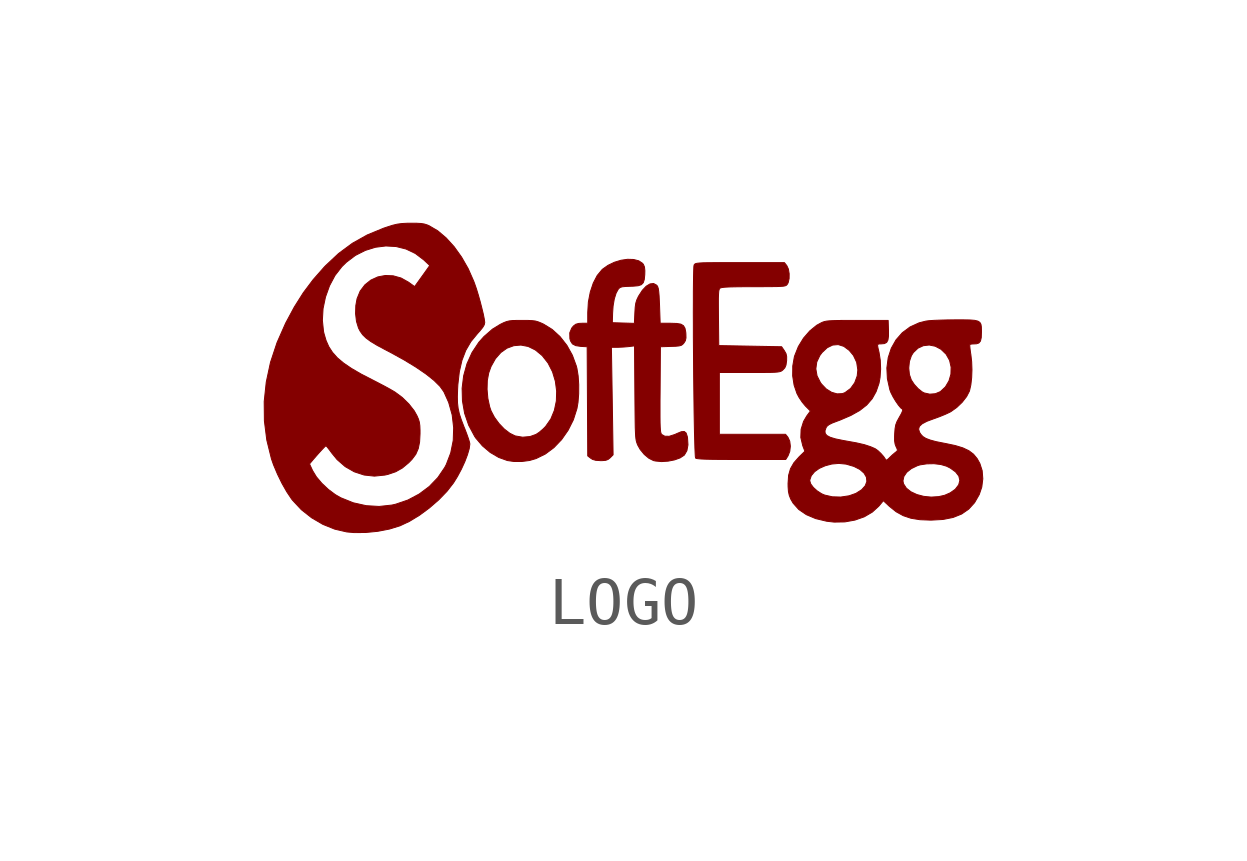
<source format=kicad_sym>
(kicad_symbol_lib
  (version 20220914)
  (generator "bitmap2component")
  (generator_version "9.0")
  (symbol "LOGO"
    (pin_names
      (offset 1.016))
    (property "Reference" "#G"
      (at 0 2.609 0)
      (effects (font (size 1.27 1.27)) hide))
    (symbol "LOGO_0_0"
      (polyline (pts (xy -5.381 -3.215) (xy -5.127 -3.19) (xy -4.883 -3.143) (xy -4.665 -3.076) (xy -4.467 -2.983) (xy -4.258 -2.856) (xy -4.051 -2.703) (xy -3.856 -2.534) (xy -3.685 -2.357) (xy -3.549 -2.182) (xy -3.466 -2.048) (xy -3.384 -1.895) (xy -3.313 -1.74) (xy -3.258 -1.595) (xy -3.221 -1.468) (xy -3.208 -1.37) (xy -3.215 -1.333) (xy -3.237 -1.26) (xy -3.271 -1.164) (xy -3.312 -1.056) (xy -3.328 -1.018) (xy -3.386 -0.866) (xy -3.427 -0.741) (xy -3.452 -0.628) (xy -3.465 -0.514) (xy -3.468 -0.385) (xy -3.463 -0.228) (xy -3.458 -0.136) (xy -3.427 0.135) (xy -3.373 0.371) (xy -3.294 0.578) (xy -3.187 0.762) (xy -3.05 0.929) (xy -3.002 0.982) (xy -2.941 1.057) (xy -2.908 1.113) (xy -2.898 1.16) (xy -2.898 1.166) (xy -2.907 1.233) (xy -2.927 1.334) (xy -2.957 1.458) (xy -2.992 1.595) (xy -3.031 1.733) (xy -3.071 1.864) (xy -3.11 1.976) (xy -3.128 2.024) (xy -3.243 2.284) (xy -3.381 2.525) (xy -3.535 2.74) (xy -3.702 2.924) (xy -3.877 3.072) (xy -4.056 3.177) (xy -4.095 3.194) (xy -4.155 3.213) (xy -4.223 3.224) (xy -4.312 3.229) (xy -4.436 3.23) (xy -4.517 3.229) (xy -4.628 3.223) (xy -4.722 3.21) (xy -4.818 3.187) (xy -4.937 3.149) (xy -5.005 3.126) (xy -5.345 2.986) (xy -5.655 2.812) (xy -5.942 2.6) (xy -6.213 2.346) (xy -6.242 2.316) (xy -6.473 2.054) (xy -6.678 1.781) (xy -6.865 1.485) (xy -7.043 1.154) (xy -7.045 1.151) (xy -7.226 0.741) (xy -7.362 0.33) (xy -7.45 -0.08) (xy -7.493 -0.487) (xy -7.489 -0.89) (xy -7.439 -1.288) (xy -7.342 -1.68) (xy -7.305 -1.786) (xy -6.549 -1.786) (xy -6.485 -1.71) (xy -6.478 -1.701) (xy -6.404 -1.616) (xy -6.333 -1.536) (xy -6.272 -1.47) (xy -6.227 -1.424) (xy -6.205 -1.407) (xy -6.203 -1.409) (xy -6.178 -1.436) (xy -6.135 -1.491) (xy -6.081 -1.564) (xy -5.974 -1.695) (xy -5.805 -1.842) (xy -5.616 -1.95) (xy -5.411 -2.017) (xy -5.197 -2.04) (xy -4.978 -2.018) (xy -4.912 -2.003) (xy -4.753 -1.949) (xy -4.616 -1.872) (xy -4.482 -1.761) (xy -4.414 -1.691) (xy -4.334 -1.584) (xy -4.283 -1.467) (xy -4.255 -1.328) (xy -4.246 -1.157) (xy -4.246 -1.085) (xy -4.25 -0.989) (xy -4.26 -0.916) (xy -4.279 -0.852) (xy -4.31 -0.781) (xy -4.368 -0.678) (xy -4.48 -0.535) (xy -4.617 -0.401) (xy -4.769 -0.288) (xy -4.785 -0.279) (xy -4.87 -0.229) (xy -4.983 -0.167) (xy -5.109 -0.101) (xy -5.237 -0.035) (xy -5.476 0.088) (xy -5.675 0.204) (xy -5.838 0.315) (xy -5.968 0.424) (xy -6.069 0.537) (xy -6.147 0.657) (xy -6.205 0.788) (xy -6.248 0.935) (xy -6.257 0.974) (xy -6.281 1.206) (xy -6.267 1.449) (xy -6.216 1.693) (xy -6.132 1.927) (xy -6.018 2.141) (xy -5.875 2.325) (xy -5.782 2.416) (xy -5.593 2.559) (xy -5.388 2.663) (xy -5.175 2.729) (xy -4.958 2.756) (xy -4.744 2.744) (xy -4.537 2.692) (xy -4.343 2.599) (xy -4.168 2.466) (xy -4.043 2.349) (xy -4.2 2.129) (xy -4.358 1.909) (xy -4.487 2.002) (xy -4.641 2.088) (xy -4.805 2.134) (xy -4.968 2.141) (xy -5.126 2.111) (xy -5.27 2.045) (xy -5.394 1.946) (xy -5.493 1.816) (xy -5.558 1.657) (xy -5.584 1.513) (xy -5.589 1.346) (xy -5.57 1.184) (xy -5.528 1.047) (xy -5.494 0.981) (xy -5.441 0.906) (xy -5.369 0.836) (xy -5.272 0.765) (xy -5.143 0.687) (xy -4.977 0.598) (xy -4.866 0.54) (xy -4.579 0.382) (xy -4.331 0.231) (xy -4.122 0.088) (xy -3.954 -0.046) (xy -3.829 -0.17) (xy -3.749 -0.282) (xy -3.649 -0.504) (xy -3.576 -0.764) (xy -3.545 -1.031) (xy -3.554 -1.297) (xy -3.606 -1.556) (xy -3.699 -1.799) (xy -3.731 -1.86) (xy -3.874 -2.07) (xy -4.053 -2.256) (xy -4.263 -2.413) (xy -4.498 -2.538) (xy -4.753 -2.625) (xy -4.832 -2.643) (xy -5.098 -2.672) (xy -5.368 -2.656) (xy -5.637 -2.596) (xy -5.898 -2.491) (xy -6.011 -2.426) (xy -6.157 -2.317) (xy -6.293 -2.189) (xy -6.406 -2.055) (xy -6.485 -1.925) (xy -6.549 -1.786) (xy -7.305 -1.786) (xy -7.295 -1.813) (xy -7.215 -2.002) (xy -7.122 -2.192) (xy -7.022 -2.368) (xy -6.925 -2.513) (xy -6.901 -2.544) (xy -6.718 -2.74) (xy -6.505 -2.908) (xy -6.271 -3.045) (xy -6.023 -3.145) (xy -5.772 -3.203) (xy -5.625 -3.216) (xy -5.381 -3.215)) (stroke (width 0.01) (type default)) (fill (type outline)))
      (polyline (pts (xy 4.606 -2.994) (xy 4.817 -2.956) (xy 5.011 -2.888) (xy 5.178 -2.79) (xy 5.313 -2.667) (xy 5.409 -2.552) (xy 5.519 -2.655) (xy 5.535 -2.67) (xy 5.676 -2.783) (xy 5.823 -2.864) (xy 5.984 -2.918) (xy 6.171 -2.948) (xy 6.392 -2.957) (xy 6.406 -2.957) (xy 6.653 -2.943) (xy 6.863 -2.901) (xy 7.04 -2.83) (xy 7.187 -2.728) (xy 7.309 -2.594) (xy 7.407 -2.424) (xy 7.46 -2.268) (xy 7.481 -2.096) (xy 7.468 -1.927) (xy 7.42 -1.777) (xy 7.363 -1.675) (xy 7.287 -1.583) (xy 7.19 -1.51) (xy 7.065 -1.451) (xy 6.907 -1.403) (xy 6.708 -1.361) (xy 6.666 -1.353) (xy 6.505 -1.321) (xy 6.384 -1.288) (xy 6.295 -1.254) (xy 6.232 -1.215) (xy 6.189 -1.168) (xy 6.163 -1.127) (xy 6.143 -1.061) (xy 6.16 -1.003) (xy 6.217 -0.95) (xy 6.315 -0.898) (xy 6.458 -0.845) (xy 6.471 -0.841) (xy 6.585 -0.799) (xy 6.7 -0.752) (xy 6.792 -0.709) (xy 6.816 -0.696) (xy 6.938 -0.609) (xy 7.051 -0.501) (xy 7.143 -0.383) (xy 7.202 -0.269) (xy 7.205 -0.258) (xy 7.232 -0.138) (xy 7.249 0.012) (xy 7.255 0.177) (xy 7.249 0.343) (xy 7.232 0.495) (xy 7.226 0.528) (xy 7.215 0.614) (xy 7.209 0.676) (xy 7.211 0.704) (xy 7.214 0.706) (xy 7.252 0.713) (xy 7.313 0.716) (xy 7.346 0.717) (xy 7.399 0.734) (xy 7.432 0.774) (xy 7.449 0.847) (xy 7.453 0.959) (xy 7.453 0.996) (xy 7.451 1.07) (xy 7.442 1.125) (xy 7.419 1.164) (xy 7.378 1.19) (xy 7.311 1.206) (xy 7.215 1.214) (xy 7.082 1.216) (xy 6.907 1.216) (xy 6.753 1.215) (xy 6.603 1.211) (xy 6.47 1.206) (xy 6.364 1.199) (xy 6.295 1.19) (xy 6.153 1.154) (xy 5.965 1.068) (xy 5.804 0.948) (xy 5.673 0.799) (xy 5.574 0.624) (xy 5.51 0.428) (xy 5.482 0.215) (xy 5.482 0.212) (xy 5.938 0.212) (xy 5.952 0.35) (xy 5.993 0.47) (xy 6.035 0.536) (xy 6.13 0.626) (xy 6.242 0.678) (xy 6.365 0.692) (xy 6.49 0.667) (xy 6.609 0.604) (xy 6.716 0.501) (xy 6.718 0.498) (xy 6.789 0.372) (xy 6.821 0.231) (xy 6.817 0.084) (xy 6.776 -0.056) (xy 6.702 -0.181) (xy 6.596 -0.28) (xy 6.593 -0.281) (xy 6.492 -0.323) (xy 6.375 -0.332) (xy 6.261 -0.307) (xy 6.217 -0.284) (xy 6.134 -0.218) (xy 6.054 -0.131) (xy 5.991 -0.036) (xy 5.952 0.076) (xy 5.938 0.212) (xy 5.482 0.212) (xy 5.493 -0.01) (xy 5.545 -0.243) (xy 5.567 -0.3) (xy 5.611 -0.387) (xy 5.665 -0.477) (xy 5.721 -0.558) (xy 5.773 -0.62) (xy 5.811 -0.649) (xy 5.813 -0.65) (xy 5.81 -0.679) (xy 5.786 -0.735) (xy 5.745 -0.808) (xy 5.737 -0.822) (xy 5.693 -0.903) (xy 5.667 -0.972) (xy 5.653 -1.05) (xy 5.645 -1.155) (xy 5.643 -1.207) (xy 5.643 -1.304) (xy 5.654 -1.373) (xy 5.675 -1.429) (xy 5.684 -1.445) (xy 5.702 -1.491) (xy 5.695 -1.518) (xy 5.66 -1.546) (xy 5.652 -1.552) (xy 5.595 -1.6) (xy 5.536 -1.657) (xy 5.513 -1.68) (xy 5.475 -1.707) (xy 5.456 -1.697) (xy 5.452 -1.688) (xy 5.415 -1.633) (xy 5.357 -1.567) (xy 5.293 -1.507) (xy 5.237 -1.468) (xy 5.145 -1.428) (xy 5.014 -1.385) (xy 4.849 -1.347) (xy 4.644 -1.31) (xy 4.56 -1.295) (xy 4.41 -1.264) (xy 4.302 -1.231) (xy 4.232 -1.194) (xy 4.197 -1.15) (xy 4.192 -1.097) (xy 4.214 -1.032) (xy 4.234 -1.001) (xy 4.275 -0.968) (xy 4.343 -0.934) (xy 4.448 -0.894) (xy 4.505 -0.873) (xy 4.731 -0.776) (xy 4.915 -0.673) (xy 5.062 -0.558) (xy 5.175 -0.428) (xy 5.258 -0.279) (xy 5.318 -0.106) (xy 5.34 0.015) (xy 5.352 0.191) (xy 5.345 0.373) (xy 5.319 0.537) (xy 5.318 0.542) (xy 5.297 0.63) (xy 5.288 0.682) (xy 5.295 0.707) (xy 5.32 0.715) (xy 5.364 0.716) (xy 5.43 0.722) (xy 5.477 0.746) (xy 5.504 0.795) (xy 5.516 0.877) (xy 5.516 0.998) (xy 5.509 1.204) (xy 4.865 1.204) (xy 4.777 1.204) (xy 4.602 1.204) (xy 4.466 1.203) (xy 4.362 1.2) (xy 4.285 1.196) (xy 4.227 1.19) (xy 4.183 1.181) (xy 4.146 1.169) (xy 4.111 1.153) (xy 4.021 1.104) (xy 3.876 0.986) (xy 3.745 0.835) (xy 3.638 0.66) (xy 3.562 0.47) (xy 3.554 0.444) (xy 3.521 0.253) (xy 3.521 0.195) (xy 4.002 0.195) (xy 4.021 0.338) (xy 4.085 0.473) (xy 4.133 0.537) (xy 4.239 0.636) (xy 4.352 0.691) (xy 4.468 0.701) (xy 4.585 0.664) (xy 4.697 0.581) (xy 4.785 0.476) (xy 4.853 0.332) (xy 4.877 0.172) (xy 4.864 0.047) (xy 4.812 -0.095) (xy 4.726 -0.214) (xy 4.61 -0.3) (xy 4.554 -0.321) (xy 4.445 -0.326) (xy 4.33 -0.293) (xy 4.219 -0.224) (xy 4.121 -0.122) (xy 4.098 -0.091) (xy 4.027 0.05) (xy 4.002 0.195) (xy 3.521 0.195) (xy 3.519 0.051) (xy 3.549 -0.144) (xy 3.608 -0.317) (xy 3.652 -0.4) (xy 3.719 -0.5) (xy 3.785 -0.579) (xy 3.889 -0.683) (xy 3.812 -0.788) (xy 3.746 -0.901) (xy 3.695 -1.064) (xy 3.689 -1.235) (xy 3.729 -1.405) (xy 3.774 -1.522) (xy 3.655 -1.637) (xy 3.546 -1.76) (xy 3.474 -1.885) (xy 3.434 -2.025) (xy 3.427 -2.139) (xy 3.876 -2.139) (xy 3.876 -2.121) (xy 3.907 -2.031) (xy 3.976 -1.948) (xy 4.075 -1.878) (xy 4.198 -1.824) (xy 4.335 -1.788) (xy 4.481 -1.775) (xy 4.625 -1.789) (xy 4.637 -1.791) (xy 4.796 -1.838) (xy 4.92 -1.901) (xy 5.007 -1.978) (xy 5.056 -2.062) (xy 5.064 -2.139) (xy 5.817 -2.139) (xy 5.836 -2.048) (xy 5.895 -1.961) (xy 5.991 -1.884) (xy 6.119 -1.822) (xy 6.175 -1.805) (xy 6.314 -1.784) (xy 6.464 -1.781) (xy 6.607 -1.798) (xy 6.726 -1.833) (xy 6.805 -1.873) (xy 6.914 -1.952) (xy 6.981 -2.038) (xy 7.003 -2.129) (xy 6.979 -2.221) (xy 6.91 -2.311) (xy 6.902 -2.318) (xy 6.803 -2.388) (xy 6.687 -2.439) (xy 6.563 -2.467) (xy 6.406 -2.477) (xy 6.251 -2.462) (xy 6.107 -2.424) (xy 5.983 -2.366) (xy 5.888 -2.291) (xy 5.829 -2.2) (xy 5.817 -2.139) (xy 5.064 -2.139) (xy 5.065 -2.151) (xy 5.032 -2.24) (xy 4.957 -2.324) (xy 4.837 -2.4) (xy 4.695 -2.45) (xy 4.522 -2.476) (xy 4.346 -2.471) (xy 4.186 -2.435) (xy 4.123 -2.408) (xy 4.03 -2.348) (xy 3.951 -2.277) (xy 3.896 -2.204) (xy 3.876 -2.139) (xy 3.427 -2.139) (xy 3.423 -2.194) (xy 3.424 -2.261) (xy 3.431 -2.36) (xy 3.448 -2.439) (xy 3.478 -2.516) (xy 3.529 -2.604) (xy 3.647 -2.736) (xy 3.804 -2.843) (xy 3.998 -2.925) (xy 4.228 -2.98) (xy 4.383 -2.998) (xy 4.606 -2.994)) (stroke (width 0.01) (type default)) (fill (type outline)))
      (polyline (pts (xy -1.963 -1.714) (xy -1.827 -1.674) (xy -1.634 -1.579) (xy -1.456 -1.446) (xy -1.296 -1.279) (xy -1.16 -1.084) (xy -1.051 -0.867) (xy -0.976 -0.632) (xy -0.954 -0.504) (xy -0.94 -0.325) (xy -0.939 -0.135) (xy -0.951 0.048) (xy -0.976 0.203) (xy -0.989 0.254) (xy -1.071 0.478) (xy -1.186 0.685) (xy -1.328 0.866) (xy -1.492 1.016) (xy -1.672 1.127) (xy -1.722 1.15) (xy -1.784 1.175) (xy -1.843 1.192) (xy -1.91 1.2) (xy -1.999 1.204) (xy -2.123 1.204) (xy -2.224 1.204) (xy -2.318 1.202) (xy -2.387 1.194) (xy -2.444 1.18) (xy -2.503 1.157) (xy -2.576 1.121) (xy -2.736 1.023) (xy -2.912 0.87) (xy -3.02 0.749) (xy -3.162 0.535) (xy -3.268 0.3) (xy -3.337 0.05) (xy -3.369 -0.21) (xy -3.368 -0.231) (xy -2.849 -0.231) (xy -2.844 -0.049) (xy -2.815 0.109) (xy -2.767 0.243) (xy -2.675 0.407) (xy -2.563 0.535) (xy -2.434 0.626) (xy -2.292 0.678) (xy -2.144 0.691) (xy -1.992 0.662) (xy -1.843 0.589) (xy -1.701 0.472) (xy -1.578 0.316) (xy -1.485 0.134) (xy -1.426 -0.063) (xy -1.399 -0.268) (xy -1.405 -0.473) (xy -1.446 -0.669) (xy -1.52 -0.849) (xy -1.629 -1.005) (xy -1.685 -1.061) (xy -1.762 -1.127) (xy -1.829 -1.171) (xy -1.952 -1.215) (xy -2.108 -1.229) (xy -2.264 -1.202) (xy -2.375 -1.147) (xy -2.491 -1.058) (xy -2.601 -0.943) (xy -2.696 -0.813) (xy -2.766 -0.68) (xy -2.795 -0.595) (xy -2.833 -0.419) (xy -2.849 -0.231) (xy -3.368 -0.231) (xy -3.362 -0.472) (xy -3.317 -0.731) (xy -3.232 -0.979) (xy -3.108 -1.211) (xy -3.083 -1.248) (xy -2.946 -1.409) (xy -2.784 -1.546) (xy -2.607 -1.65) (xy -2.427 -1.715) (xy -2.29 -1.735) (xy -2.123 -1.735) (xy -1.963 -1.714)) (stroke (width 0.01) (type default)) (fill (type outline)))
      (polyline (pts (xy 0.923 -1.728) (xy 1.057 -1.702) (xy 1.172 -1.661) (xy 1.256 -1.606) (xy 1.263 -1.599) (xy 1.315 -1.51) (xy 1.337 -1.389) (xy 1.328 -1.243) (xy 1.323 -1.214) (xy 1.299 -1.142) (xy 1.26 -1.11) (xy 1.198 -1.115) (xy 1.107 -1.153) (xy 1.063 -1.173) (xy 0.947 -1.21) (xy 0.855 -1.209) (xy 0.79 -1.172) (xy 0.785 -1.166) (xy 0.776 -1.148) (xy 0.768 -1.119) (xy 0.763 -1.075) (xy 0.759 -1.012) (xy 0.756 -0.924) (xy 0.755 -0.807) (xy 0.755 -0.657) (xy 0.755 -0.468) (xy 0.757 -0.236) (xy 0.763 0.656) (xy 0.983 0.663) (xy 1.078 0.666) (xy 1.15 0.673) (xy 1.195 0.684) (xy 1.226 0.704) (xy 1.253 0.734) (xy 1.283 0.782) (xy 1.296 0.84) (xy 1.294 0.924) (xy 1.291 0.961) (xy 1.275 1.042) (xy 1.243 1.095) (xy 1.189 1.127) (xy 1.103 1.141) (xy 0.978 1.145) (xy 0.758 1.145) (xy 0.745 1.516) (xy 0.742 1.583) (xy 0.736 1.713) (xy 0.728 1.805) (xy 0.719 1.868) (xy 0.706 1.908) (xy 0.69 1.934) (xy 0.683 1.94) (xy 0.62 1.974) (xy 0.547 1.965) (xy 0.467 1.917) (xy 0.387 1.832) (xy 0.31 1.713) (xy 0.304 1.702) (xy 0.271 1.632) (xy 0.25 1.564) (xy 0.238 1.48) (xy 0.231 1.365) (xy 0.221 1.143) (xy -0.009 1.15) (xy -0.239 1.157) (xy -0.233 1.358) (xy -0.223 1.504) (xy -0.198 1.652) (xy -0.16 1.774) (xy -0.113 1.859) (xy -0.104 1.869) (xy -0.076 1.891) (xy -0.034 1.905) (xy 0.033 1.912) (xy 0.137 1.916) (xy 0.197 1.918) (xy 0.299 1.927) (xy 0.366 1.949) (xy 0.406 1.991) (xy 0.427 2.058) (xy 0.437 2.158) (xy 0.439 2.24) (xy 0.431 2.317) (xy 0.409 2.371) (xy 0.39 2.395) (xy 0.311 2.447) (xy 0.204 2.474) (xy 0.078 2.478) (xy -0.059 2.458) (xy -0.197 2.416) (xy -0.328 2.353) (xy -0.444 2.271) (xy -0.454 2.261) (xy -0.554 2.14) (xy -0.636 1.982) (xy -0.698 1.796) (xy -0.738 1.588) (xy -0.751 1.368) (xy -0.751 1.145) (xy -0.872 1.145) (xy -0.938 1.142) (xy -1 1.125) (xy -1.05 1.087) (xy -1.085 1.044) (xy -1.126 0.945) (xy -1.123 0.826) (xy -1.11 0.778) (xy -1.07 0.715) (xy -1.001 0.679) (xy -0.894 0.663) (xy -0.763 0.656) (xy -0.757 -0.481) (xy -0.751 -1.619) (xy -0.688 -1.668) (xy -0.65 -1.692) (xy -0.583 -1.711) (xy -0.485 -1.717) (xy -0.452 -1.717) (xy -0.377 -1.711) (xy -0.327 -1.692) (xy -0.283 -1.657) (xy -0.223 -1.596) (xy -0.24 -0.476) (xy -0.258 0.644) (xy -0.141 0.644) (xy -0.108 0.645) (xy -0.002 0.65) (xy 0.1 0.659) (xy 0.224 0.674) (xy 0.231 -0.301) (xy 0.231 -0.304) (xy 0.233 -0.544) (xy 0.235 -0.742) (xy 0.237 -0.902) (xy 0.239 -1.029) (xy 0.243 -1.128) (xy 0.247 -1.204) (xy 0.253 -1.261) (xy 0.26 -1.304) (xy 0.27 -1.339) (xy 0.281 -1.37) (xy 0.295 -1.402) (xy 0.343 -1.486) (xy 0.427 -1.588) (xy 0.523 -1.668) (xy 0.619 -1.716) (xy 0.66 -1.725) (xy 0.786 -1.737) (xy 0.923 -1.728)) (stroke (width 0.01) (type default)) (fill (type outline)))
      (polyline (pts (xy 3.423 -1.616) (xy 3.459 -1.523) (xy 3.471 -1.416) (xy 3.458 -1.312) (xy 3.421 -1.231) (xy 3.371 -1.169) (xy 2.681 -1.169) (xy 1.991 -1.169) (xy 1.991 -0.525) (xy 1.991 0.119) (xy 2.622 0.119) (xy 2.784 0.119) (xy 2.938 0.12) (xy 3.056 0.121) (xy 3.142 0.124) (xy 3.204 0.129) (xy 3.246 0.136) (xy 3.275 0.145) (xy 3.297 0.158) (xy 3.317 0.175) (xy 3.356 0.217) (xy 3.38 0.274) (xy 3.392 0.36) (xy 3.393 0.363) (xy 3.394 0.449) (xy 3.381 0.511) (xy 3.346 0.573) (xy 3.289 0.656) (xy 2.634 0.668) (xy 1.979 0.68) (xy 1.973 1.264) (xy 1.972 1.394) (xy 1.971 1.548) (xy 1.971 1.665) (xy 1.974 1.748) (xy 1.978 1.806) (xy 1.985 1.843) (xy 1.995 1.865) (xy 2.007 1.878) (xy 2.012 1.881) (xy 2.045 1.89) (xy 2.107 1.897) (xy 2.2 1.902) (xy 2.329 1.905) (xy 2.498 1.907) (xy 2.71 1.908) (xy 2.722 1.908) (xy 2.914 1.908) (xy 3.064 1.909) (xy 3.179 1.91) (xy 3.262 1.913) (xy 3.32 1.917) (xy 3.358 1.924) (xy 3.382 1.933) (xy 3.397 1.946) (xy 3.409 1.961) (xy 3.425 1.99) (xy 3.445 2.077) (xy 3.446 2.178) (xy 3.43 2.274) (xy 3.397 2.346) (xy 3.347 2.409) (xy 2.42 2.409) (xy 2.244 2.409) (xy 2.041 2.409) (xy 1.879 2.408) (xy 1.751 2.407) (xy 1.654 2.405) (xy 1.584 2.401) (xy 1.535 2.396) (xy 1.503 2.39) (xy 1.484 2.381) (xy 1.473 2.371) (xy 1.465 2.358) (xy 1.465 2.358) (xy 1.46 2.324) (xy 1.457 2.246) (xy 1.454 2.131) (xy 1.452 1.981) (xy 1.45 1.801) (xy 1.45 1.595) (xy 1.449 1.368) (xy 1.45 1.124) (xy 1.45 0.867) (xy 1.452 0.602) (xy 1.454 0.333) (xy 1.456 0.064) (xy 1.459 -0.201) (xy 1.462 -0.456) (xy 1.465 -0.698) (xy 1.469 -0.923) (xy 1.473 -1.126) (xy 1.478 -1.303) (xy 1.482 -1.45) (xy 1.487 -1.562) (xy 1.491 -1.634) (xy 1.496 -1.663) (xy 1.51 -1.671) (xy 1.548 -1.677) (xy 1.611 -1.683) (xy 1.705 -1.687) (xy 1.832 -1.69) (xy 1.995 -1.692) (xy 2.2 -1.693) (xy 2.448 -1.693) (xy 3.375 -1.693) (xy 3.423 -1.616)) (stroke (width 0.01) (type default)) (fill (type outline))))))
</source>
